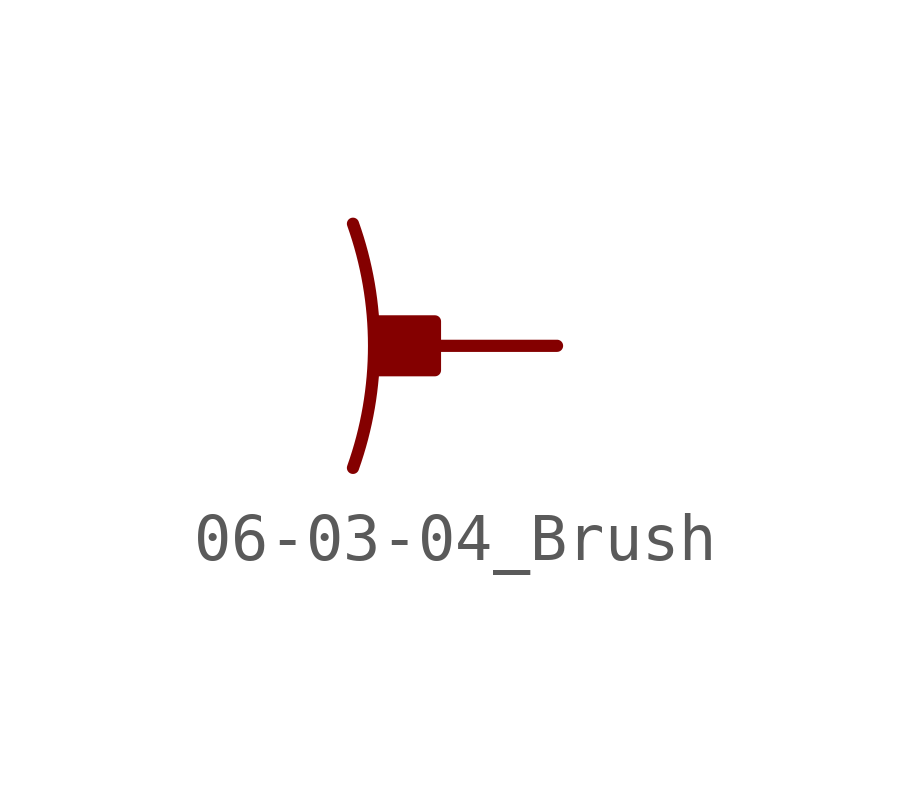
<source format=kicad_sym>
(kicad_symbol_lib
  (version 20201005)
  (generator kicad_symbol_editor)
  (symbol "Symbol_IEC_60617-6:06-03-04_Brush"
    (property "Reference" "#SYM"
      (at 0 0 0)
      (effects (font (size 1.27 1.27)) hide))
    (symbol "06-03-04_Brush_0_1"
      (arc (start -1.7062 2.54) (end -1.7062 -2.54) (radius (at -8.8392 0) (length 7.5717) (angles 19.6 -19.6)) (stroke (width 0.254)) (fill (type none)))
      (rectangle (start -1.219 0.508) (end 0 -0.508) (stroke (width 0.254)) (fill (type outline)))
      (polyline (pts (xy 0 0) (xy 2.54 0)) (stroke (width 0.254)) (fill (type none))))))
</source>
